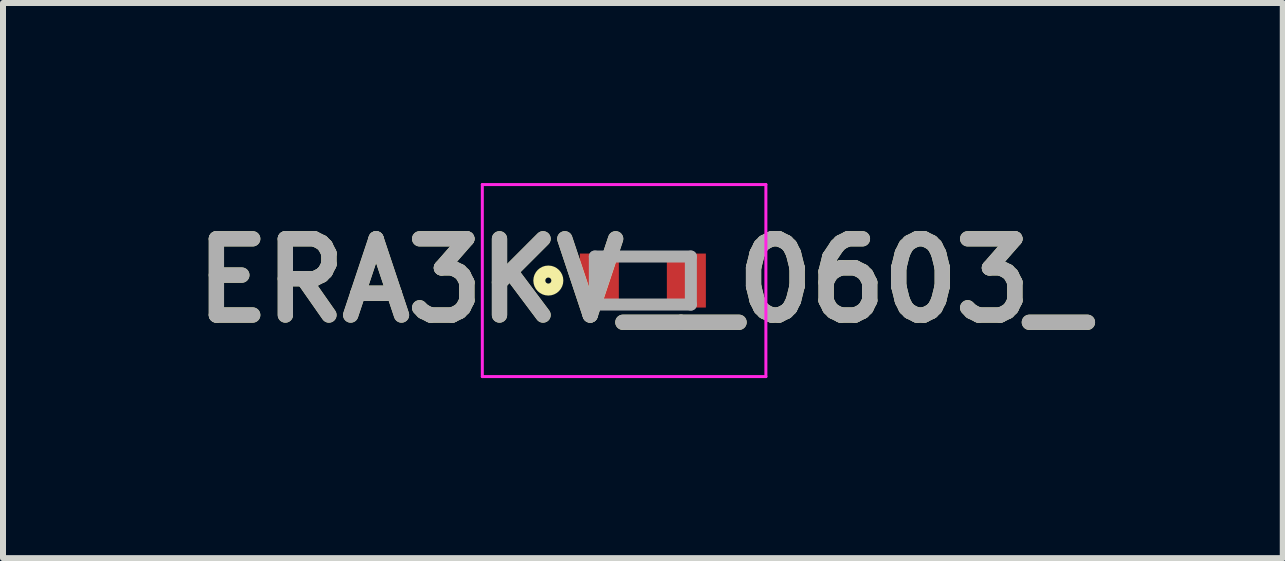
<source format=kicad_pcb>
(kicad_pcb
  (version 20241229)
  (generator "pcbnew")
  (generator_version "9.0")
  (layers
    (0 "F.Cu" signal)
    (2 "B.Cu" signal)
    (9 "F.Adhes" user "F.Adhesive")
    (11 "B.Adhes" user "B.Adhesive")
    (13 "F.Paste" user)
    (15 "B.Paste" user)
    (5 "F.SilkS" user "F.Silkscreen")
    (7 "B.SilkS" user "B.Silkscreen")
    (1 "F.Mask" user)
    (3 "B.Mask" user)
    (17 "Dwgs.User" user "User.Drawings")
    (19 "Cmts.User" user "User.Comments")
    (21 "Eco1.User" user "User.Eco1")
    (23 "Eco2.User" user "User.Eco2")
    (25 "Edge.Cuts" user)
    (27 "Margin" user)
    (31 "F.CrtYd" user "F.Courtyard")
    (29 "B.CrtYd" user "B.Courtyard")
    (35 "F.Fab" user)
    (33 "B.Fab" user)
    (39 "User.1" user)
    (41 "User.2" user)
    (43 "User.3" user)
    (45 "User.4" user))
  (footprint "ERA3KV__0603_"
    (layer "F.Cu")
    (at 7.662 1.625)
    (property "Reference" "ERA3KV__0603_" (at 0 0 0) (layer "F.SilkS") (effects (font (size 1.27 1.27) (thickness 0.254))))
    (attr smd)
    (fp_circle (center -1.575 0) (end -1.575 0.05) (stroke (width 0.2) (type solid)) (fill no) (layer "F.SilkS"))
    (fp_line (start -2.675 -1.6) (end 2.05 -1.6) (stroke (width 0.05) (type solid)) (layer "F.CrtYd"))
    (fp_line (start -2.675 1.6) (end -2.675 -1.6) (stroke (width 0.05) (type solid)) (layer "F.CrtYd"))
    (fp_line (start 2.05 -1.6) (end 2.05 1.6) (stroke (width 0.05) (type solid)) (layer "F.CrtYd"))
    (fp_line (start 2.05 1.6) (end -2.675 1.6) (stroke (width 0.05) (type solid)) (layer "F.CrtYd"))
    (fp_line (start -0.8 -0.4) (end 0.8 -0.4) (stroke (width 0.2) (type solid)) (layer "F.Fab"))
    (fp_line (start -0.8 0.4) (end -0.8 -0.4) (stroke (width 0.2) (type solid)) (layer "F.Fab"))
    (fp_line (start 0.8 -0.4) (end 0.8 0.4) (stroke (width 0.2) (type solid)) (layer "F.Fab"))
    (fp_line (start 0.8 0.4) (end -0.8 0.4) (stroke (width 0.2) (type solid)) (layer "F.Fab"))
    (fp_text user "${REFERENCE}" (at 0 0 0) (layer "F.Fab") (effects (font (size 1.27 1.27) (thickness 0.254))))
    (pad "1" smd rect (at -0.725 0) (size 0.65 0.9) (layers "F.Cu" "F.Mask" "F.Paste"))
    (pad "2" smd rect (at 0.725 0) (size 0.65 0.9) (layers "F.Cu" "F.Mask" "F.Paste")))
  (gr_rect
    (start -3 -3)
    (end 18.325 6.25)
    (stroke (width 0.1) (type default))
    (fill no)
    (layer "Edge.Cuts")))
</source>
